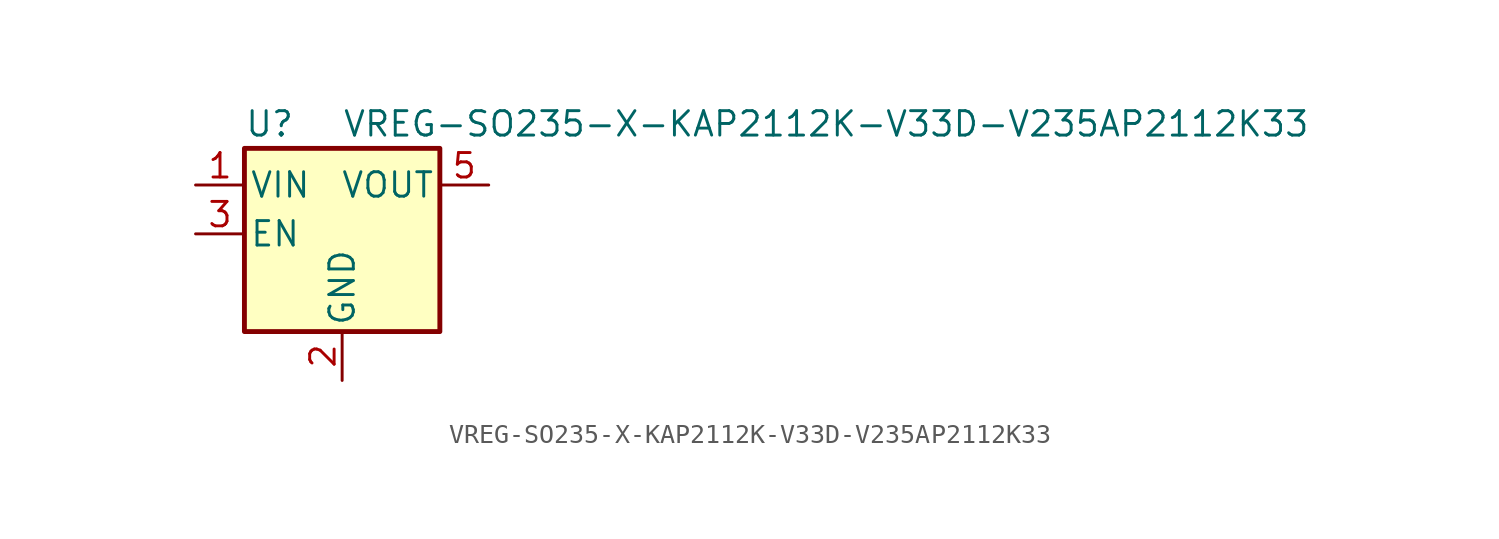
<source format=kicad_sym>
(kicad_symbol_lib
  (version 20211014)
  (generator kicad_symbol_editor)
  (symbol "VREG-SO235-X-KAP2112K-V33D-V235AP2112K33"
    (pin_names
      (offset 0.254))
    (property "Reference" "U"
      (at -5.08 5.715 0)
      (effects (font (size 1.27 1.27)) (justify left)))
    (property "Value" "VREG-SO235-X-KAP2112K-V33D-V235AP2112K33"
      (at 0 5.715 0)
      (effects (font (size 1.27 1.27)) (justify left)))
    (symbol "VREG-SO235-X-KAP2112K-V33D-V235AP2112K33_0_1"
      (rectangle (start -5.08 4.445) (end 5.08 -5.08) (stroke (width 0.254) (type default) (color 0 0 0 0)) (fill (type background))))
    (symbol "VREG-SO235-X-KAP2112K-V33D-V235AP2112K33_1_1"
      (pin power_in line (at -7.62 2.54 0) (length 2.54) (name "VIN" (effects (font (size 1.27 1.27)))) (number "1" (effects (font (size 1.27 1.27)))))
      (pin power_in line (at 0 -7.62 90) (length 2.54) (name "GND" (effects (font (size 1.27 1.27)))) (number "2" (effects (font (size 1.27 1.27)))))
      (pin input line (at -7.62 0 0) (length 2.54) (name "EN" (effects (font (size 1.27 1.27)))) (number "3" (effects (font (size 1.27 1.27)))))
      (pin no_connect line (at 5.08 0 180) (length 2.54) hide (name "NC" (effects (font (size 1.27 1.27)))) (number "4" (effects (font (size 1.27 1.27)))))
      (pin power_out line (at 7.62 2.54 180) (length 2.54) (name "VOUT" (effects (font (size 1.27 1.27)))) (number "5" (effects (font (size 1.27 1.27))))))))
</source>
